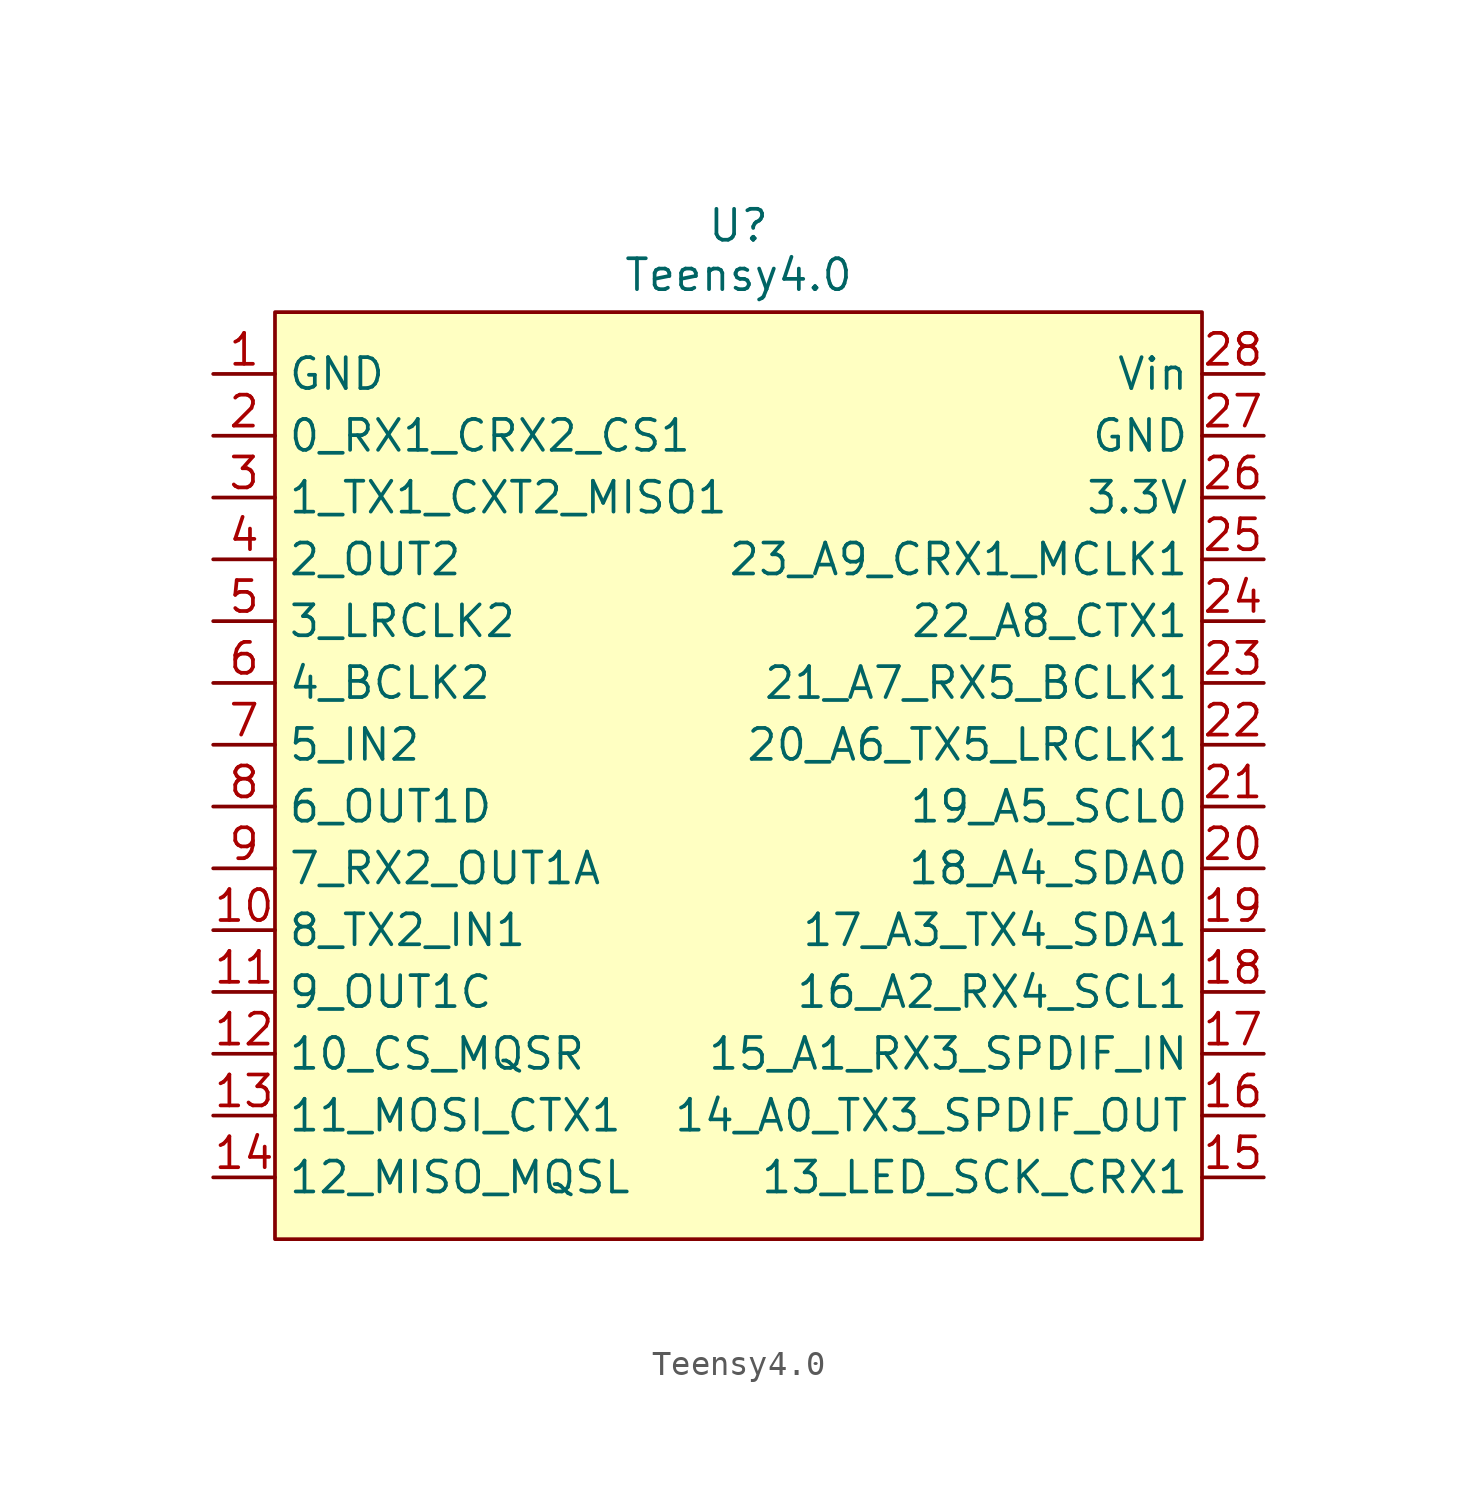
<source format=kicad_sym>
(kicad_symbol_lib
  (version 20241209)
  (generator "kicad_symbol_editor")
  (generator_version "9.0")
  (symbol "Teensy4.0"
    (property "Reference" "U"
      (at 0 22.606 0)
      (effects (font (size 1.27 1.27))))
    (property "Value" "Teensy4.0"
      (at 0 20.574 0)
      (effects (font (size 1.27 1.27))))
    (symbol "Teensy4.0_1_1"
      (rectangle (start -19.05 19.05) (end 19.05 -19.05) (stroke (width 0) (type solid)) (fill (type background)))
      (pin power_in line (at -21.59 16.51 0) (length 2.54) (name "GND" (effects (font (size 1.27 1.27)))) (number "1" (effects (font (size 1.27 1.27)))))
      (pin bidirectional line (at -21.59 13.97 0) (length 2.54) (name "0_RX1_CRX2_CS1" (effects (font (size 1.27 1.27)))) (number "2" (effects (font (size 1.27 1.27)))))
      (pin bidirectional line (at -21.59 11.43 0) (length 2.54) (name "1_TX1_CXT2_MISO1" (effects (font (size 1.27 1.27)))) (number "3" (effects (font (size 1.27 1.27)))))
      (pin bidirectional line (at -21.59 8.89 0) (length 2.54) (name "2_OUT2" (effects (font (size 1.27 1.27)))) (number "4" (effects (font (size 1.27 1.27)))))
      (pin bidirectional line (at -21.59 6.35 0) (length 2.54) (name "3_LRCLK2" (effects (font (size 1.27 1.27)))) (number "5" (effects (font (size 1.27 1.27)))))
      (pin bidirectional line (at -21.59 3.81 0) (length 2.54) (name "4_BCLK2" (effects (font (size 1.27 1.27)))) (number "6" (effects (font (size 1.27 1.27)))))
      (pin bidirectional line (at -21.59 1.27 0) (length 2.54) (name "5_IN2" (effects (font (size 1.27 1.27)))) (number "7" (effects (font (size 1.27 1.27)))))
      (pin bidirectional line (at -21.59 -1.27 0) (length 2.54) (name "6_OUT1D" (effects (font (size 1.27 1.27)))) (number "8" (effects (font (size 1.27 1.27)))))
      (pin bidirectional line (at -21.59 -3.81 0) (length 2.54) (name "7_RX2_OUT1A" (effects (font (size 1.27 1.27)))) (number "9" (effects (font (size 1.27 1.27)))))
      (pin bidirectional line (at -21.59 -6.35 0) (length 2.54) (name "8_TX2_IN1" (effects (font (size 1.27 1.27)))) (number "10" (effects (font (size 1.27 1.27)))))
      (pin bidirectional line (at -21.59 -8.89 0) (length 2.54) (name "9_OUT1C" (effects (font (size 1.27 1.27)))) (number "11" (effects (font (size 1.27 1.27)))))
      (pin bidirectional line (at -21.59 -11.43 0) (length 2.54) (name "10_CS_MQSR" (effects (font (size 1.27 1.27)))) (number "12" (effects (font (size 1.27 1.27)))))
      (pin bidirectional line (at -21.59 -13.97 0) (length 2.54) (name "11_MOSI_CTX1" (effects (font (size 1.27 1.27)))) (number "13" (effects (font (size 1.27 1.27)))))
      (pin bidirectional line (at -21.59 -16.51 0) (length 2.54) (name "12_MISO_MQSL" (effects (font (size 1.27 1.27)))) (number "14" (effects (font (size 1.27 1.27)))))
      (pin power_in line (at 21.59 16.51 180) (length 2.54) (name "Vin" (effects (font (size 1.27 1.27)))) (number "28" (effects (font (size 1.27 1.27)))))
      (pin power_out line (at 21.59 13.97 180) (length 2.54) (name "GND" (effects (font (size 1.27 1.27)))) (number "27" (effects (font (size 1.27 1.27)))))
      (pin power_out line (at 21.59 11.43 180) (length 2.54) (name "3.3V" (effects (font (size 1.27 1.27)))) (number "26" (effects (font (size 1.27 1.27)))))
      (pin bidirectional line (at 21.59 8.89 180) (length 2.54) (name "23_A9_CRX1_MCLK1" (effects (font (size 1.27 1.27)))) (number "25" (effects (font (size 1.27 1.27)))))
      (pin bidirectional line (at 21.59 6.35 180) (length 2.54) (name "22_A8_CTX1" (effects (font (size 1.27 1.27)))) (number "24" (effects (font (size 1.27 1.27)))))
      (pin bidirectional line (at 21.59 3.81 180) (length 2.54) (name "21_A7_RX5_BCLK1" (effects (font (size 1.27 1.27)))) (number "23" (effects (font (size 1.27 1.27)))))
      (pin bidirectional line (at 21.59 1.27 180) (length 2.54) (name "20_A6_TX5_LRCLK1" (effects (font (size 1.27 1.27)))) (number "22" (effects (font (size 1.27 1.27)))))
      (pin bidirectional line (at 21.59 -1.27 180) (length 2.54) (name "19_A5_SCL0" (effects (font (size 1.27 1.27)))) (number "21" (effects (font (size 1.27 1.27)))))
      (pin bidirectional line (at 21.59 -3.81 180) (length 2.54) (name "18_A4_SDA0" (effects (font (size 1.27 1.27)))) (number "20" (effects (font (size 1.27 1.27)))))
      (pin bidirectional line (at 21.59 -6.35 180) (length 2.54) (name "17_A3_TX4_SDA1" (effects (font (size 1.27 1.27)))) (number "19" (effects (font (size 1.27 1.27)))))
      (pin bidirectional line (at 21.59 -8.89 180) (length 2.54) (name "16_A2_RX4_SCL1" (effects (font (size 1.27 1.27)))) (number "18" (effects (font (size 1.27 1.27)))))
      (pin bidirectional line (at 21.59 -11.43 180) (length 2.54) (name "15_A1_RX3_SPDIF_IN" (effects (font (size 1.27 1.27)))) (number "17" (effects (font (size 1.27 1.27)))))
      (pin bidirectional line (at 21.59 -13.97 180) (length 2.54) (name "14_A0_TX3_SPDIF_OUT" (effects (font (size 1.27 1.27)))) (number "16" (effects (font (size 1.27 1.27)))))
      (pin bidirectional line (at 21.59 -16.51 180) (length 2.54) (name "13_LED_SCK_CRX1" (effects (font (size 1.27 1.27)))) (number "15" (effects (font (size 1.27 1.27))))))))
</source>
